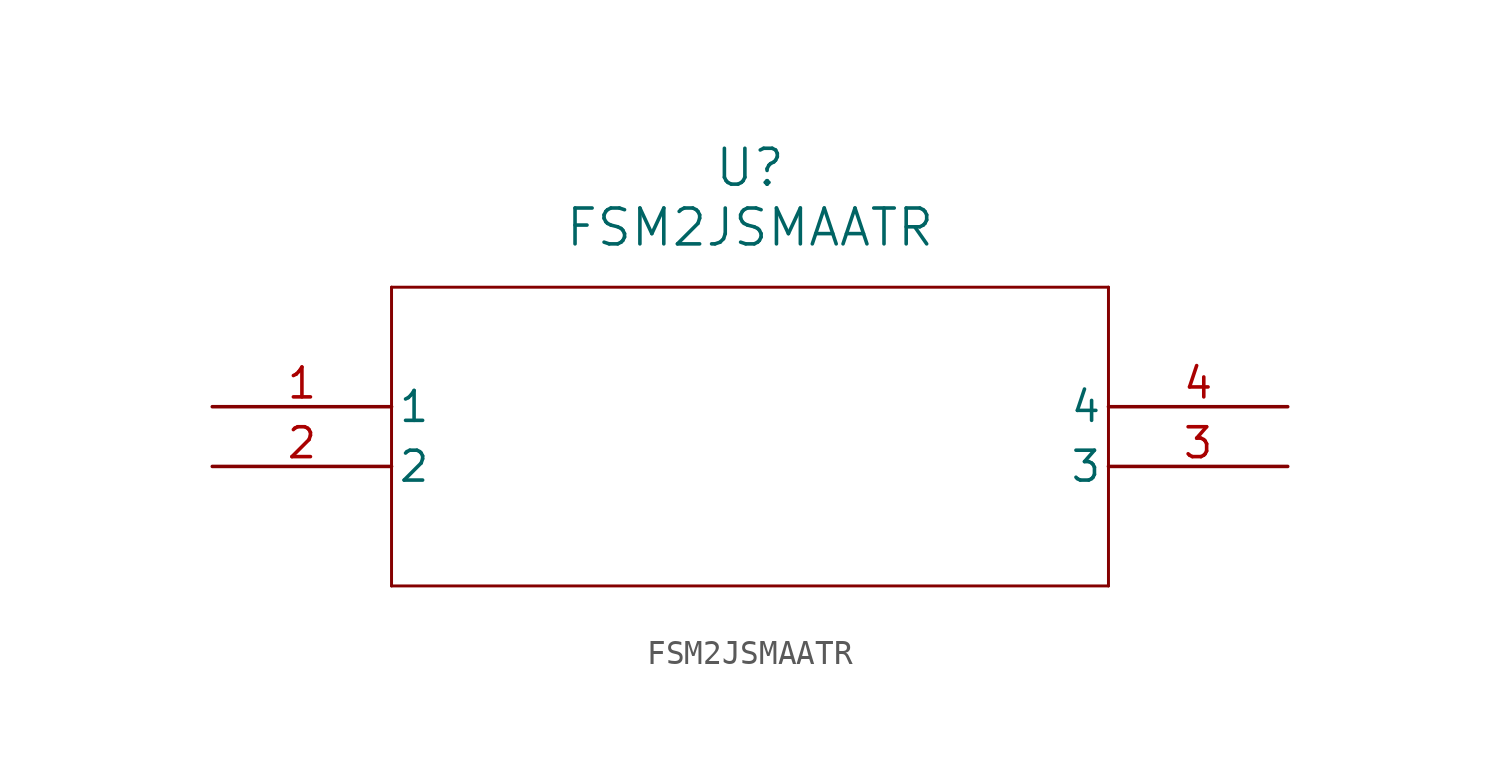
<source format=kicad_sym>
(kicad_symbol_lib
  (version 20211014)
  (generator kicad_symbol_editor)
  (symbol "FSM2JSMAATR"
    (pin_names
      (offset 0.254))
    (property "Reference" "U"
      (at 22.86 10.16 0)
      (effects (font (size 1.524 1.524))))
    (property "Value" "FSM2JSMAATR"
      (at 22.86 7.62 0)
      (effects (font (size 1.524 1.524))))
    (symbol "FSM2JSMAATR_0_1"
      (polyline (pts (xy 7.62 5.08) (xy 7.62 -7.62)) (stroke (width 0.127) (type default) (color 0 0 0 0)) (fill (type none)))
      (polyline (pts (xy 7.62 -7.62) (xy 38.1 -7.62)) (stroke (width 0.127) (type default) (color 0 0 0 0)) (fill (type none)))
      (polyline (pts (xy 38.1 -7.62) (xy 38.1 5.08)) (stroke (width 0.127) (type default) (color 0 0 0 0)) (fill (type none)))
      (polyline (pts (xy 38.1 5.08) (xy 7.62 5.08)) (stroke (width 0.127) (type default) (color 0 0 0 0)) (fill (type none)))
      (pin unspecified line (at 0 0 0) (length 7.62) (name "1" (effects (font (size 1.27 1.27)))) (number "1" (effects (font (size 1.27 1.27)))))
      (pin unspecified line (at 0 -2.54 0) (length 7.62) (name "2" (effects (font (size 1.27 1.27)))) (number "2" (effects (font (size 1.27 1.27)))))
      (pin unspecified line (at 45.72 -2.54 180) (length 7.62) (name "3" (effects (font (size 1.27 1.27)))) (number "3" (effects (font (size 1.27 1.27)))))
      (pin unspecified line (at 45.72 0 180) (length 7.62) (name "4" (effects (font (size 1.27 1.27)))) (number "4" (effects (font (size 1.27 1.27))))))))
</source>
